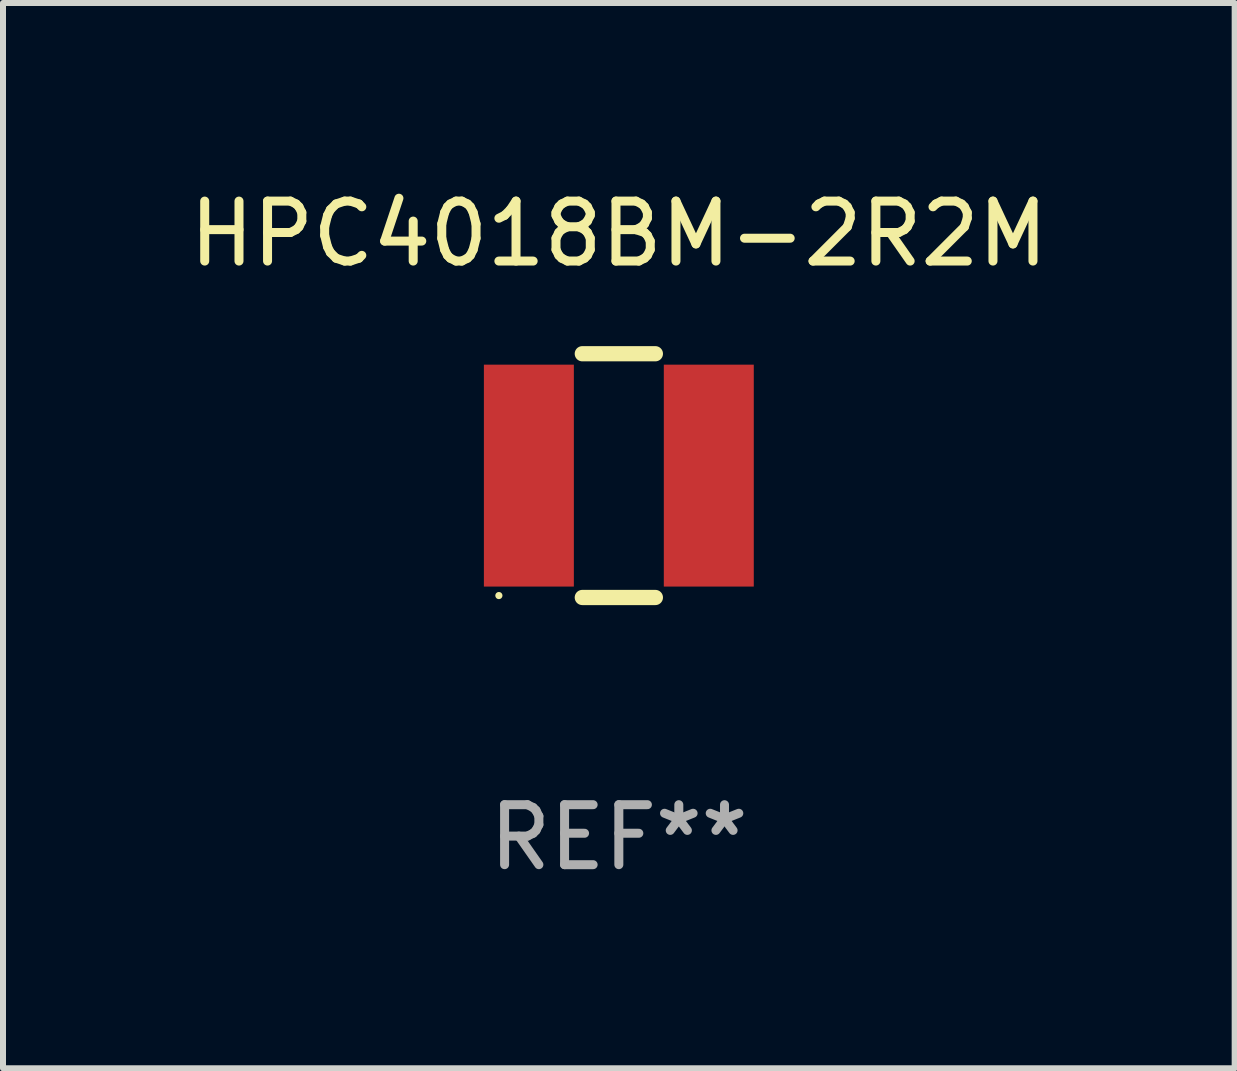
<source format=kicad_pcb>
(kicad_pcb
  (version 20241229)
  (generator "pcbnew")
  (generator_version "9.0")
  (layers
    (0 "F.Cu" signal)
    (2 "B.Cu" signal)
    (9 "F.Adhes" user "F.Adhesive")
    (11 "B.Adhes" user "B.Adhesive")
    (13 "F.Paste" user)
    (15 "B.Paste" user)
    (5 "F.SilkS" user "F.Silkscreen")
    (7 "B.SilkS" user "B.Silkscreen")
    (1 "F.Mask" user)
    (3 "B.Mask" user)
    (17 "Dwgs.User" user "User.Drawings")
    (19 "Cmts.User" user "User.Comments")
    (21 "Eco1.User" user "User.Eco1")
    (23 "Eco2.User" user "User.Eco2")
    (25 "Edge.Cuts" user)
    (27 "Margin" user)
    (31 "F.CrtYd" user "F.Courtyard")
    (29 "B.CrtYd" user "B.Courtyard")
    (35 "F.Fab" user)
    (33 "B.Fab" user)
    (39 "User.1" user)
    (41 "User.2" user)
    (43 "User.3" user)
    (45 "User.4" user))
  (footprint "HPC4018BM-2R2M"
    (layer "F.Cu")
    (at 7.268 4.88)
    (property "Reference" "HPC4018BM-2R2M" (at 0 -4.032 0) (layer "F.SilkS") (effects (font (size 1 1) (thickness 0.15))))
    (attr through_hole)
    (fp_line (start -0.609 -2.032) (end 0.609 -2.032) (stroke (width 0.254) (type solid)) (layer "F.SilkS"))
    (fp_line (start -0.609 2.032) (end 0.609 2.032) (stroke (width 0.254) (type solid)) (layer "F.SilkS"))
    (fp_circle (center -2 2) (end -1.97 2) (stroke (width 0.06) (type solid)) (fill no) (layer "F.SilkS"))
    (fp_text user "REF**" (at 0 6.032 0) (layer "F.Fab") (effects (font (size 1 1) (thickness 0.15))))
    (pad "1" smd rect (at -1.5 0 90) (size 3.7 1.5) (layers "F.Cu" "F.Mask" "F.Paste"))
    (pad "2" smd rect (at 1.5 0 90) (size 3.7 1.5) (layers "F.Cu" "F.Mask" "F.Paste")))
  (gr_rect
    (start -3 -3)
    (end 17.536 14.761)
    (stroke (width 0.1) (type default))
    (fill no)
    (layer "Edge.Cuts")))
</source>
